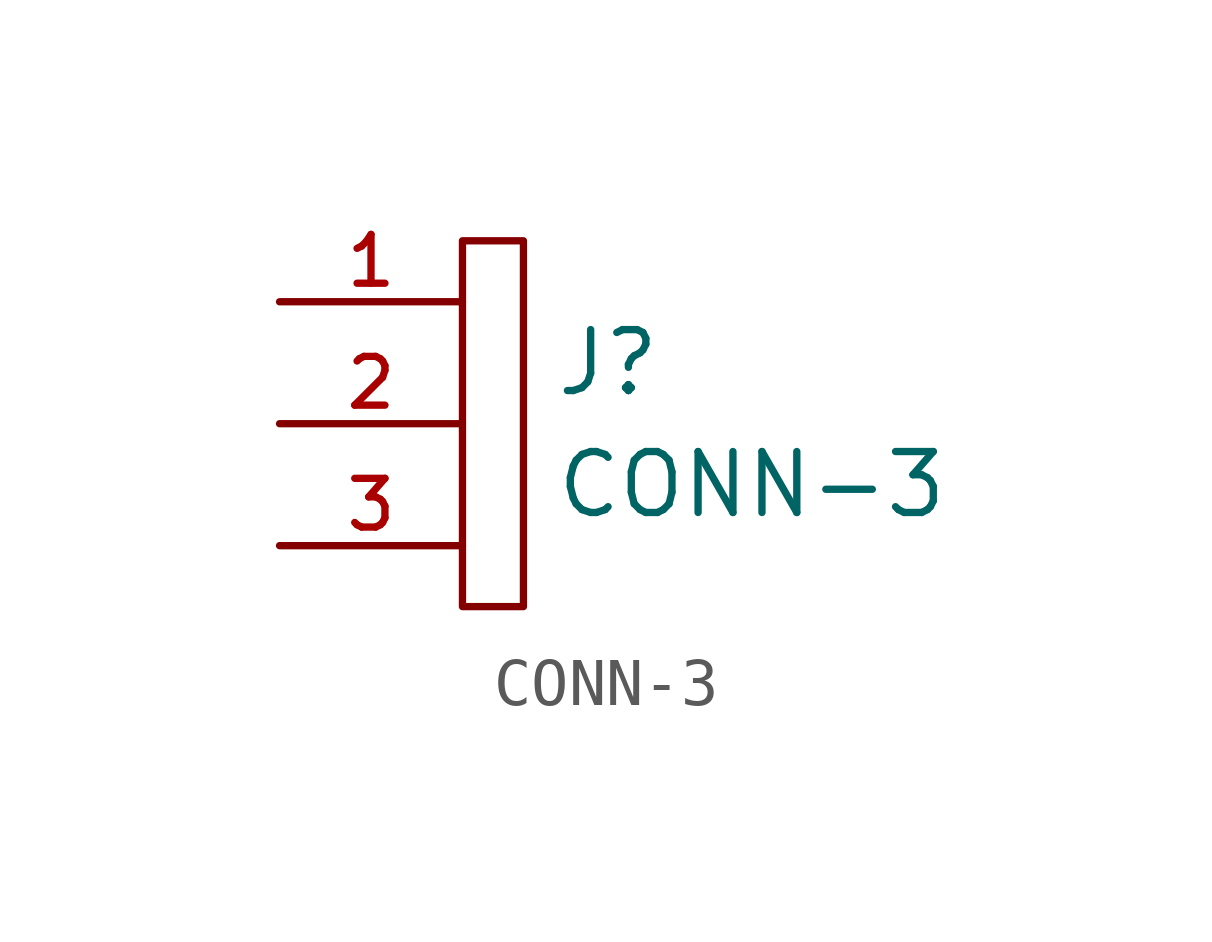
<source format=kicad_sym>
(kicad_symbol_lib
  (version 20211014)
  (generator kicad_symbol_editor)
  (symbol "CONN-3"
    (pin_names
      (offset 1.016))
    (property "Reference" "J"
      (at 5.715 1.27 0)
      (effects (font (size 1.27 1.27)) (justify left)))
    (property "Value" "CONN-3"
      (at 5.715 -1.27 0)
      (effects (font (size 1.27 1.27)) (justify left)))
    (symbol "CONN-3_0_1"
      (rectangle (start 3.81 3.81) (end 5.08 -3.81) (stroke (width 0) (type default) (color 0 0 0 0)) (fill (type none))))
    (symbol "CONN-3_1_1"
      (pin passive line (at 0 2.54 0) (length 3.81) (name "~" (effects (font (size 1.27 1.27)))) (number "1" (effects (font (size 1.016 1.016)))))
      (pin passive line (at 0 0 0) (length 3.81) (name "~" (effects (font (size 1.27 1.27)))) (number "2" (effects (font (size 1.016 1.016)))))
      (pin passive line (at 0 -2.54 0) (length 3.81) (name "~" (effects (font (size 1.27 1.27)))) (number "3" (effects (font (size 1.016 1.016))))))))
</source>
